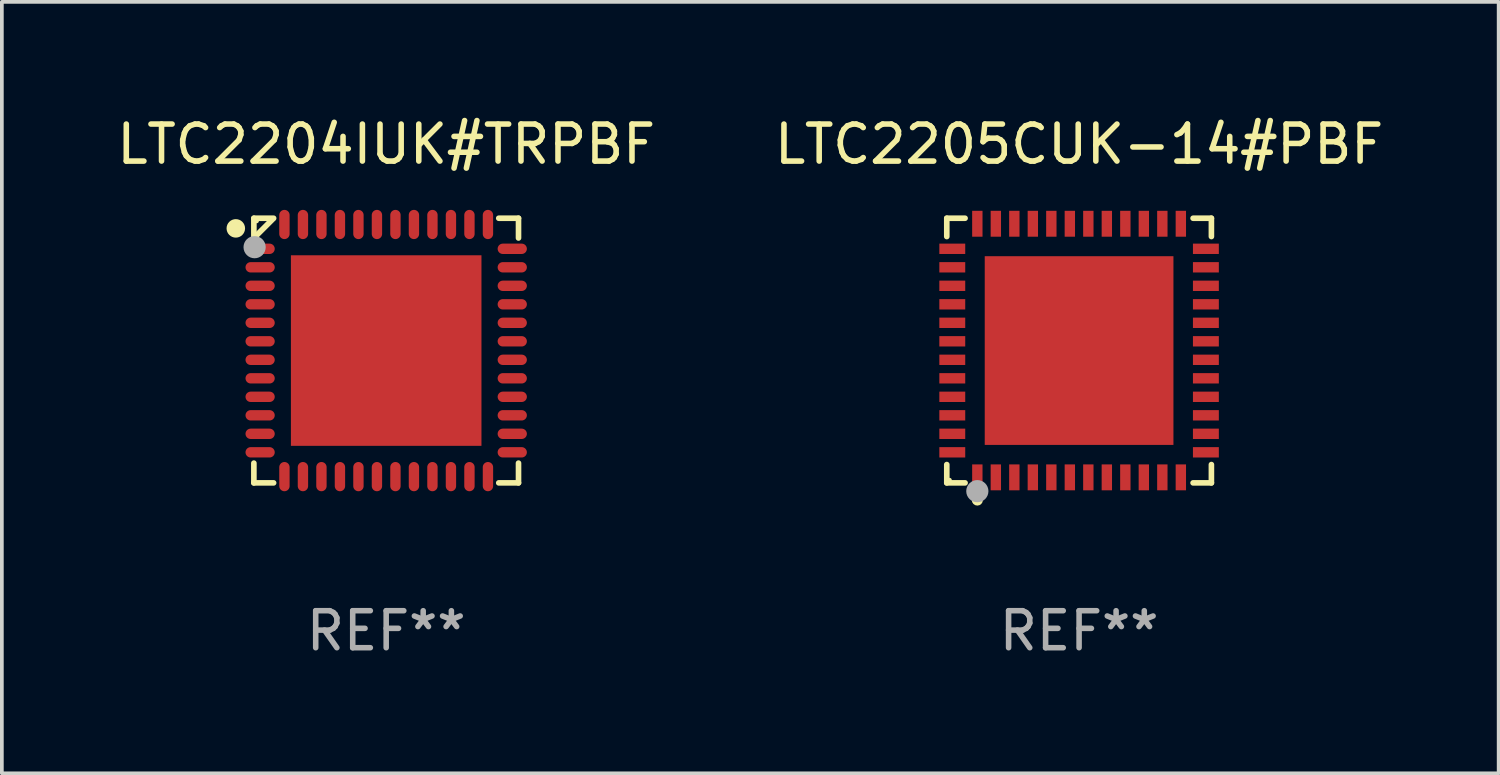
<source format=kicad_pcb>
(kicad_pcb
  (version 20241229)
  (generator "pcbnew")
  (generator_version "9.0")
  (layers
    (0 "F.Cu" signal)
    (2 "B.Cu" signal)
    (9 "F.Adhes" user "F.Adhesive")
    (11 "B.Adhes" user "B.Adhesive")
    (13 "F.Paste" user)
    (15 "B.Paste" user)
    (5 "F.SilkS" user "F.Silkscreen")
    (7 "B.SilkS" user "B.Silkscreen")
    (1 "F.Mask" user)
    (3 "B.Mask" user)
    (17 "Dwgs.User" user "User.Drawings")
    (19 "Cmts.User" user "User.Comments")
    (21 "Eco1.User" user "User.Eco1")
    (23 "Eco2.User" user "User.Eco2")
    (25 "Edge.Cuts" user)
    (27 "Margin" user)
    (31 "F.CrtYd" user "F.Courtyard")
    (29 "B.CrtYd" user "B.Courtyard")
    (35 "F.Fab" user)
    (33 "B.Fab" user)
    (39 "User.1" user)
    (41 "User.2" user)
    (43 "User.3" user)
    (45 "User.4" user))
  (footprint "LTC2205CUK-14#PBF"
    (layer "F.Cu")
    (at 26.113 6.424)
    (property "Reference" "LTC2205CUK-14#PBF" (at 0 -5.576 0) (layer "F.SilkS") (effects (font (size 1 1) (thickness 0.15))))
    (attr through_hole)
    (fp_line (start -3.576 -3.576) (end -3.081 -3.576) (stroke (width 0.152) (type solid)) (layer "F.SilkS"))
    (fp_line (start -3.576 -3.081) (end -3.576 -3.576) (stroke (width 0.152) (type solid)) (layer "F.SilkS"))
    (fp_line (start -3.576 3.081) (end -3.576 3.576) (stroke (width 0.152) (type solid)) (layer "F.SilkS"))
    (fp_line (start -3.576 3.576) (end -3.081 3.576) (stroke (width 0.152) (type solid)) (layer "F.SilkS"))
    (fp_line (start 3.576 -3.576) (end 3.081 -3.576) (stroke (width 0.152) (type solid)) (layer "F.SilkS"))
    (fp_line (start 3.576 -3.081) (end 3.576 -3.576) (stroke (width 0.152) (type solid)) (layer "F.SilkS"))
    (fp_line (start 3.576 3.081) (end 3.576 3.576) (stroke (width 0.152) (type solid)) (layer "F.SilkS"))
    (fp_line (start 3.576 3.576) (end 3.081 3.576) (stroke (width 0.152) (type solid)) (layer "F.SilkS"))
    (fp_circle (center -3.5 3.5) (end -3.47 3.5) (stroke (width 0.06) (type solid)) (fill no) (layer "F.SilkS"))
    (fp_circle (center -2.75 4.04) (end -2.675 4.04) (stroke (width 0.15) (type solid)) (fill no) (layer "F.SilkS"))
    (fp_circle (center -2.75 3.8) (end -2.6 3.8) (stroke (width 0.3) (type solid)) (fill no) (layer "F.Fab"))
    (fp_text user "REF**" (at 0 7.576 0) (layer "F.Fab") (effects (font (size 1 1) (thickness 0.15))))
    (pad "1" smd rect (at -2.75 3.427) (size 0.28 0.7) (layers "F.Cu" "F.Mask" "F.Paste"))
    (pad "2" smd rect (at -2.25 3.427) (size 0.28 0.7) (layers "F.Cu" "F.Mask" "F.Paste"))
    (pad "3" smd rect (at -1.75 3.427) (size 0.28 0.7) (layers "F.Cu" "F.Mask" "F.Paste"))
    (pad "4" smd rect (at -1.25 3.427) (size 0.28 0.7) (layers "F.Cu" "F.Mask" "F.Paste"))
    (pad "5" smd rect (at -0.75 3.427) (size 0.28 0.7) (layers "F.Cu" "F.Mask" "F.Paste"))
    (pad "6" smd rect (at -0.25 3.427) (size 0.28 0.7) (layers "F.Cu" "F.Mask" "F.Paste"))
    (pad "7" smd rect (at 0.25 3.427) (size 0.28 0.7) (layers "F.Cu" "F.Mask" "F.Paste"))
    (pad "8" smd rect (at 0.75 3.427) (size 0.28 0.7) (layers "F.Cu" "F.Mask" "F.Paste"))
    (pad "9" smd rect (at 1.25 3.427) (size 0.28 0.7) (layers "F.Cu" "F.Mask" "F.Paste"))
    (pad "10" smd rect (at 1.75 3.427) (size 0.28 0.7) (layers "F.Cu" "F.Mask" "F.Paste"))
    (pad "11" smd rect (at 2.25 3.427) (size 0.28 0.7) (layers "F.Cu" "F.Mask" "F.Paste"))
    (pad "12" smd rect (at 2.75 3.427) (size 0.28 0.7) (layers "F.Cu" "F.Mask" "F.Paste"))
    (pad "13" smd rect (at 3.427 2.75) (size 0.7 0.28) (layers "F.Cu" "F.Mask" "F.Paste"))
    (pad "14" smd rect (at 3.427 2.25) (size 0.7 0.28) (layers "F.Cu" "F.Mask" "F.Paste"))
    (pad "15" smd rect (at 3.427 1.75) (size 0.7 0.28) (layers "F.Cu" "F.Mask" "F.Paste"))
    (pad "16" smd rect (at 3.427 1.25) (size 0.7 0.28) (layers "F.Cu" "F.Mask" "F.Paste"))
    (pad "17" smd rect (at 3.427 0.75) (size 0.7 0.28) (layers "F.Cu" "F.Mask" "F.Paste"))
    (pad "18" smd rect (at 3.427 0.25) (size 0.7 0.28) (layers "F.Cu" "F.Mask" "F.Paste"))
    (pad "19" smd rect (at 3.427 -0.25) (size 0.7 0.28) (layers "F.Cu" "F.Mask" "F.Paste"))
    (pad "20" smd rect (at 3.427 -0.75) (size 0.7 0.28) (layers "F.Cu" "F.Mask" "F.Paste"))
    (pad "21" smd rect (at 3.427 -1.25) (size 0.7 0.28) (layers "F.Cu" "F.Mask" "F.Paste"))
    (pad "22" smd rect (at 3.427 -1.75) (size 0.7 0.28) (layers "F.Cu" "F.Mask" "F.Paste"))
    (pad "23" smd rect (at 3.427 -2.25) (size 0.7 0.28) (layers "F.Cu" "F.Mask" "F.Paste"))
    (pad "24" smd rect (at 3.427 -2.75) (size 0.7 0.28) (layers "F.Cu" "F.Mask" "F.Paste"))
    (pad "25" smd rect (at 2.75 -3.427) (size 0.28 0.7) (layers "F.Cu" "F.Mask" "F.Paste"))
    (pad "26" smd rect (at 2.25 -3.427) (size 0.28 0.7) (layers "F.Cu" "F.Mask" "F.Paste"))
    (pad "27" smd rect (at 1.75 -3.427) (size 0.28 0.7) (layers "F.Cu" "F.Mask" "F.Paste"))
    (pad "28" smd rect (at 1.25 -3.427) (size 0.28 0.7) (layers "F.Cu" "F.Mask" "F.Paste"))
    (pad "29" smd rect (at 0.75 -3.427) (size 0.28 0.7) (layers "F.Cu" "F.Mask" "F.Paste"))
    (pad "30" smd rect (at 0.25 -3.427) (size 0.28 0.7) (layers "F.Cu" "F.Mask" "F.Paste"))
    (pad "31" smd rect (at -0.25 -3.427) (size 0.28 0.7) (layers "F.Cu" "F.Mask" "F.Paste"))
    (pad "32" smd rect (at -0.75 -3.427) (size 0.28 0.7) (layers "F.Cu" "F.Mask" "F.Paste"))
    (pad "33" smd rect (at -1.25 -3.427) (size 0.28 0.7) (layers "F.Cu" "F.Mask" "F.Paste"))
    (pad "34" smd rect (at -1.75 -3.427) (size 0.28 0.7) (layers "F.Cu" "F.Mask" "F.Paste"))
    (pad "35" smd rect (at -2.25 -3.427) (size 0.28 0.7) (layers "F.Cu" "F.Mask" "F.Paste"))
    (pad "36" smd rect (at -2.75 -3.427) (size 0.28 0.7) (layers "F.Cu" "F.Mask" "F.Paste"))
    (pad "37" smd rect (at -3.427 -2.75) (size 0.7 0.28) (layers "F.Cu" "F.Mask" "F.Paste"))
    (pad "38" smd rect (at -3.427 -2.25) (size 0.7 0.28) (layers "F.Cu" "F.Mask" "F.Paste"))
    (pad "39" smd rect (at -3.427 -1.75) (size 0.7 0.28) (layers "F.Cu" "F.Mask" "F.Paste"))
    (pad "40" smd rect (at -3.427 -1.25) (size 0.7 0.28) (layers "F.Cu" "F.Mask" "F.Paste"))
    (pad "41" smd rect (at -3.427 -0.75) (size 0.7 0.28) (layers "F.Cu" "F.Mask" "F.Paste"))
    (pad "42" smd rect (at -3.427 -0.25) (size 0.7 0.28) (layers "F.Cu" "F.Mask" "F.Paste"))
    (pad "43" smd rect (at -3.427 0.25) (size 0.7 0.28) (layers "F.Cu" "F.Mask" "F.Paste"))
    (pad "44" smd rect (at -3.427 0.75) (size 0.7 0.28) (layers "F.Cu" "F.Mask" "F.Paste"))
    (pad "45" smd rect (at -3.427 1.25) (size 0.7 0.28) (layers "F.Cu" "F.Mask" "F.Paste"))
    (pad "46" smd rect (at -3.427 1.75) (size 0.7 0.28) (layers "F.Cu" "F.Mask" "F.Paste"))
    (pad "47" smd rect (at -3.427 2.25) (size 0.7 0.28) (layers "F.Cu" "F.Mask" "F.Paste"))
    (pad "48" smd rect (at -3.427 2.75) (size 0.7 0.28) (layers "F.Cu" "F.Mask" "F.Paste"))
    (pad "49" smd rect (at 0 0) (size 5.1 5.1) (layers "F.Cu" "F.Mask" "F.Paste")))
  (footprint "LTC2204IUK#TRPBF"
    (layer "F.Cu")
    (at 7.387 6.424)
    (property "Reference" "LTC2204IUK#TRPBF" (at 0 -5.576 0) (layer "F.SilkS") (effects (font (size 1 1) (thickness 0.15))))
    (attr through_hole)
    (fp_line (start -3.576 -3.576) (end -3.042 -3.576) (stroke (width 0.152) (type solid)) (layer "F.SilkS"))
    (fp_line (start -3.576 -3.042) (end -3.576 -3.576) (stroke (width 0.152) (type solid)) (layer "F.SilkS"))
    (fp_line (start -3.576 3.042) (end -3.576 3.576) (stroke (width 0.152) (type solid)) (layer "F.SilkS"))
    (fp_line (start -3.576 3.576) (end -3.042 3.576) (stroke (width 0.152) (type solid)) (layer "F.SilkS"))
    (fp_line (start -3.069 -3.549) (end -3.549 -3.069) (stroke (width 0.152) (type solid)) (layer "F.SilkS"))
    (fp_line (start 3.576 -3.576) (end 3.042 -3.576) (stroke (width 0.152) (type solid)) (layer "F.SilkS"))
    (fp_line (start 3.576 -3.042) (end 3.576 -3.576) (stroke (width 0.152) (type solid)) (layer "F.SilkS"))
    (fp_line (start 3.576 3.042) (end 3.576 3.576) (stroke (width 0.152) (type solid)) (layer "F.SilkS"))
    (fp_line (start 3.576 3.576) (end 3.042 3.576) (stroke (width 0.152) (type solid)) (layer "F.SilkS"))
    (fp_circle (center -4.064 -3.302) (end -3.939 -3.302) (stroke (width 0.25) (type solid)) (fill no) (layer "F.SilkS"))
    (fp_circle (center -3.5 -3.5) (end -3.47 -3.5) (stroke (width 0.06) (type solid)) (fill no) (layer "F.SilkS"))
    (fp_circle (center -3.556 -2.794) (end -3.406 -2.794) (stroke (width 0.3) (type solid)) (fill no) (layer "F.Fab"))
    (fp_text user "REF**" (at 0 7.576 0) (layer "F.Fab") (effects (font (size 1 1) (thickness 0.15))))
    (pad "1" smd oval (at -3.407 -2.75) (size 0.79 0.28) (layers "F.Cu" "F.Mask" "F.Paste"))
    (pad "2" smd oval (at -3.407 -2.25) (size 0.79 0.28) (layers "F.Cu" "F.Mask" "F.Paste"))
    (pad "3" smd oval (at -3.407 -1.75) (size 0.79 0.28) (layers "F.Cu" "F.Mask" "F.Paste"))
    (pad "4" smd oval (at -3.407 -1.25) (size 0.79 0.28) (layers "F.Cu" "F.Mask" "F.Paste"))
    (pad "5" smd oval (at -3.407 -0.75) (size 0.79 0.28) (layers "F.Cu" "F.Mask" "F.Paste"))
    (pad "6" smd oval (at -3.407 -0.25) (size 0.79 0.28) (layers "F.Cu" "F.Mask" "F.Paste"))
    (pad "7" smd oval (at -3.407 0.25) (size 0.79 0.28) (layers "F.Cu" "F.Mask" "F.Paste"))
    (pad "8" smd oval (at -3.407 0.75) (size 0.79 0.28) (layers "F.Cu" "F.Mask" "F.Paste"))
    (pad "9" smd oval (at -3.407 1.25) (size 0.79 0.28) (layers "F.Cu" "F.Mask" "F.Paste"))
    (pad "10" smd oval (at -3.407 1.75) (size 0.79 0.28) (layers "F.Cu" "F.Mask" "F.Paste"))
    (pad "11" smd oval (at -3.407 2.25) (size 0.79 0.28) (layers "F.Cu" "F.Mask" "F.Paste"))
    (pad "12" smd oval (at -3.407 2.75) (size 0.79 0.28) (layers "F.Cu" "F.Mask" "F.Paste"))
    (pad "13" smd oval (at -2.75 3.407) (size 0.28 0.79) (layers "F.Cu" "F.Mask" "F.Paste"))
    (pad "14" smd oval (at -2.25 3.407) (size 0.28 0.79) (layers "F.Cu" "F.Mask" "F.Paste"))
    (pad "15" smd oval (at -1.75 3.407) (size 0.28 0.79) (layers "F.Cu" "F.Mask" "F.Paste"))
    (pad "16" smd oval (at -1.25 3.407) (size 0.28 0.79) (layers "F.Cu" "F.Mask" "F.Paste"))
    (pad "17" smd oval (at -0.75 3.407) (size 0.28 0.79) (layers "F.Cu" "F.Mask" "F.Paste"))
    (pad "18" smd oval (at -0.25 3.407) (size 0.28 0.79) (layers "F.Cu" "F.Mask" "F.Paste"))
    (pad "19" smd oval (at 0.25 3.407) (size 0.28 0.79) (layers "F.Cu" "F.Mask" "F.Paste"))
    (pad "20" smd oval (at 0.75 3.407) (size 0.28 0.79) (layers "F.Cu" "F.Mask" "F.Paste"))
    (pad "21" smd oval (at 1.25 3.407) (size 0.28 0.79) (layers "F.Cu" "F.Mask" "F.Paste"))
    (pad "22" smd oval (at 1.75 3.407) (size 0.28 0.79) (layers "F.Cu" "F.Mask" "F.Paste"))
    (pad "23" smd oval (at 2.25 3.407) (size 0.28 0.79) (layers "F.Cu" "F.Mask" "F.Paste"))
    (pad "24" smd oval (at 2.75 3.407) (size 0.28 0.79) (layers "F.Cu" "F.Mask" "F.Paste"))
    (pad "25" smd oval (at 3.407 2.75) (size 0.79 0.28) (layers "F.Cu" "F.Mask" "F.Paste"))
    (pad "26" smd oval (at 3.407 2.25) (size 0.79 0.28) (layers "F.Cu" "F.Mask" "F.Paste"))
    (pad "27" smd oval (at 3.407 1.75) (size 0.79 0.28) (layers "F.Cu" "F.Mask" "F.Paste"))
    (pad "28" smd oval (at 3.407 1.25) (size 0.79 0.28) (layers "F.Cu" "F.Mask" "F.Paste"))
    (pad "29" smd oval (at 3.407 0.75) (size 0.79 0.28) (layers "F.Cu" "F.Mask" "F.Paste"))
    (pad "30" smd oval (at 3.407 0.25) (size 0.79 0.28) (layers "F.Cu" "F.Mask" "F.Paste"))
    (pad "31" smd oval (at 3.407 -0.25) (size 0.79 0.28) (layers "F.Cu" "F.Mask" "F.Paste"))
    (pad "32" smd oval (at 3.407 -0.75) (size 0.79 0.28) (layers "F.Cu" "F.Mask" "F.Paste"))
    (pad "33" smd oval (at 3.407 -1.25) (size 0.79 0.28) (layers "F.Cu" "F.Mask" "F.Paste"))
    (pad "34" smd oval (at 3.407 -1.75) (size 0.79 0.28) (layers "F.Cu" "F.Mask" "F.Paste"))
    (pad "35" smd oval (at 3.407 -2.25) (size 0.79 0.28) (layers "F.Cu" "F.Mask" "F.Paste"))
    (pad "36" smd oval (at 3.407 -2.75) (size 0.79 0.28) (layers "F.Cu" "F.Mask" "F.Paste"))
    (pad "37" smd oval (at 2.75 -3.407) (size 0.28 0.79) (layers "F.Cu" "F.Mask" "F.Paste"))
    (pad "38" smd oval (at 2.25 -3.407) (size 0.28 0.79) (layers "F.Cu" "F.Mask" "F.Paste"))
    (pad "39" smd oval (at 1.75 -3.407) (size 0.28 0.79) (layers "F.Cu" "F.Mask" "F.Paste"))
    (pad "40" smd oval (at 1.25 -3.407) (size 0.28 0.79) (layers "F.Cu" "F.Mask" "F.Paste"))
    (pad "41" smd oval (at 0.75 -3.407) (size 0.28 0.79) (layers "F.Cu" "F.Mask" "F.Paste"))
    (pad "42" smd oval (at 0.25 -3.407) (size 0.28 0.79) (layers "F.Cu" "F.Mask" "F.Paste"))
    (pad "43" smd oval (at -0.25 -3.407) (size 0.28 0.79) (layers "F.Cu" "F.Mask" "F.Paste"))
    (pad "44" smd oval (at -0.75 -3.407) (size 0.28 0.79) (layers "F.Cu" "F.Mask" "F.Paste"))
    (pad "45" smd oval (at -1.25 -3.407) (size 0.28 0.79) (layers "F.Cu" "F.Mask" "F.Paste"))
    (pad "46" smd oval (at -1.75 -3.407) (size 0.28 0.79) (layers "F.Cu" "F.Mask" "F.Paste"))
    (pad "47" smd oval (at -2.25 -3.407) (size 0.28 0.79) (layers "F.Cu" "F.Mask" "F.Paste"))
    (pad "48" smd oval (at -2.75 -3.407) (size 0.28 0.79) (layers "F.Cu" "F.Mask" "F.Paste"))
    (pad "49" smd rect (at 0 0) (size 5.15 5.15) (layers "F.Cu" "F.Mask" "F.Paste")))
  (gr_rect
    (start -3 -3)
    (end 37.452 17.849)
    (stroke (width 0.1) (type default))
    (fill no)
    (layer "Edge.Cuts")))
</source>
